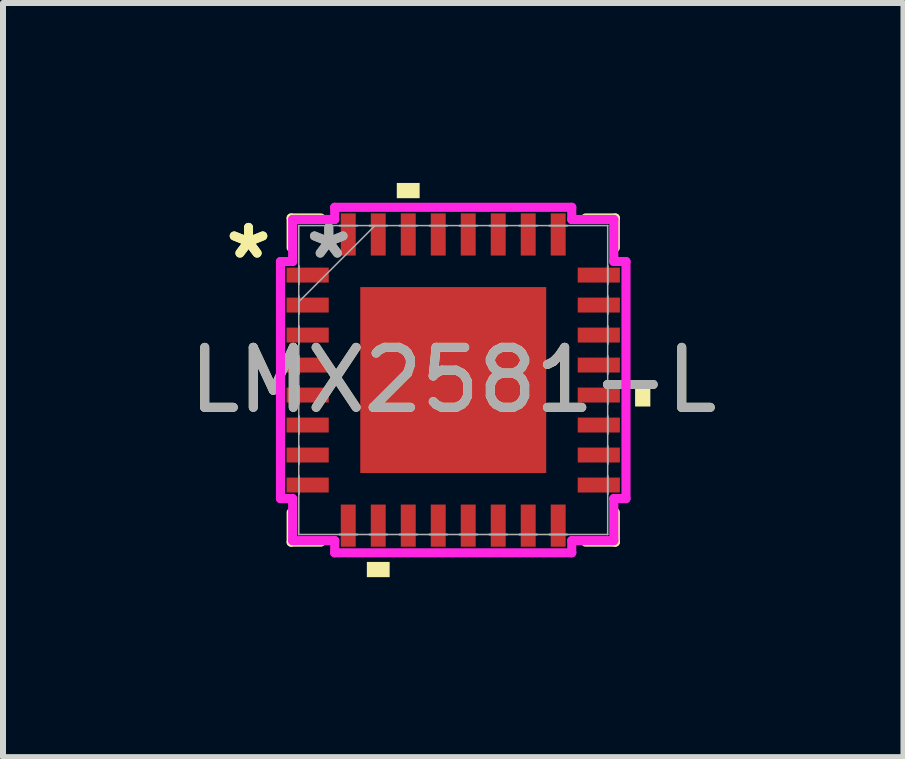
<source format=kicad_pcb>
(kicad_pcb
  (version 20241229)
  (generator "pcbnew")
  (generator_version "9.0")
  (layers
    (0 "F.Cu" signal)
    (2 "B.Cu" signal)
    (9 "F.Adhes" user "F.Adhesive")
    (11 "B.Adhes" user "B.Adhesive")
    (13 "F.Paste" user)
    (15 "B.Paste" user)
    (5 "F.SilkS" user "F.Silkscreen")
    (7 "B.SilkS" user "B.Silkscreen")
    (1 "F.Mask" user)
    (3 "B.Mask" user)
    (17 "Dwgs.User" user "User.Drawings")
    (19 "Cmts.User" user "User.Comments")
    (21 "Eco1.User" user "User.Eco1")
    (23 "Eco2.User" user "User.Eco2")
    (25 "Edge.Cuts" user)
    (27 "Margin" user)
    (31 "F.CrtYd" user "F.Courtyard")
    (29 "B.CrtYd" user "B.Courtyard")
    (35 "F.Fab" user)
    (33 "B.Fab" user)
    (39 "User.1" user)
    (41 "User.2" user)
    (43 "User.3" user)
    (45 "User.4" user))
  (footprint "LMX2581-L"
    (layer "F.Cu")
    (at 4.506 3.286)
    (property "Reference" "LMX2581-L" (at 0 0 0) (unlocked yes) (layer "F.SilkS") (effects (font (size 1 1) (thickness 0.15))))
    (attr smd)
    (fp_line (start -2.702 -2.702) (end -2.702 -2.207) (stroke (width 0.152) (type solid)) (layer "F.SilkS"))
    (fp_line (start -2.702 2.207) (end -2.702 2.702) (stroke (width 0.152) (type solid)) (layer "F.SilkS"))
    (fp_line (start -2.702 2.702) (end -2.207 2.702) (stroke (width 0.152) (type solid)) (layer "F.SilkS"))
    (fp_line (start -2.207 -2.702) (end -2.702 -2.702) (stroke (width 0.152) (type solid)) (layer "F.SilkS"))
    (fp_line (start 2.207 2.702) (end 2.702 2.702) (stroke (width 0.152) (type solid)) (layer "F.SilkS"))
    (fp_line (start 2.702 -2.702) (end 2.207 -2.702) (stroke (width 0.152) (type solid)) (layer "F.SilkS"))
    (fp_line (start 2.702 -2.207) (end 2.702 -2.702) (stroke (width 0.152) (type solid)) (layer "F.SilkS"))
    (fp_line (start 2.702 2.702) (end 2.702 2.207) (stroke (width 0.152) (type solid)) (layer "F.SilkS"))
    (fp_poly (pts (xy -1.44 3.032) (xy -1.44 3.286) (xy -1.06 3.286) (xy -1.06 3.032)) (stroke (width 0) (type solid)) (fill yes) (layer "F.SilkS"))
    (fp_poly (pts (xy -0.941 -3.032) (xy -0.941 -3.286) (xy -0.56 -3.286) (xy -0.56 -3.032)) (stroke (width 0) (type solid)) (fill yes) (layer "F.SilkS"))
    (fp_poly (pts (xy 3.286 0.059) (xy 3.286 0.441) (xy 3.032 0.441) (xy 3.032 0.059)) (stroke (width 0) (type solid)) (fill yes) (layer "F.SilkS"))
    (fp_poly (pts (xy -1.45 -1.45) (xy -1.45 -0.1) (xy -0.1 -0.1) (xy -0.1 -1.45)) (stroke (width 0) (type solid)) (fill yes) (layer "F.Paste"))
    (fp_poly (pts (xy -1.45 0.1) (xy -1.45 1.45) (xy -0.1 1.45) (xy -0.1 0.1)) (stroke (width 0) (type solid)) (fill yes) (layer "F.Paste"))
    (fp_poly (pts (xy 0.1 -1.45) (xy 0.1 -0.1) (xy 1.45 -0.1) (xy 1.45 -1.45)) (stroke (width 0) (type solid)) (fill yes) (layer "F.Paste"))
    (fp_poly (pts (xy 0.1 0.1) (xy 0.1 1.45) (xy 1.45 1.45) (xy 1.45 0.1)) (stroke (width 0) (type solid)) (fill yes) (layer "F.Paste"))
    (fp_line (start -2.88 -1.976) (end -2.677 -1.976) (stroke (width 0.152) (type solid)) (layer "F.CrtYd"))
    (fp_line (start -2.88 1.976) (end -2.88 -1.976) (stroke (width 0.152) (type solid)) (layer "F.CrtYd"))
    (fp_line (start -2.677 -2.677) (end -1.976 -2.677) (stroke (width 0.152) (type solid)) (layer "F.CrtYd"))
    (fp_line (start -2.677 -1.976) (end -2.677 -2.677) (stroke (width 0.152) (type solid)) (layer "F.CrtYd"))
    (fp_line (start -2.677 1.976) (end -2.88 1.976) (stroke (width 0.152) (type solid)) (layer "F.CrtYd"))
    (fp_line (start -2.677 2.677) (end -2.677 1.976) (stroke (width 0.152) (type solid)) (layer "F.CrtYd"))
    (fp_line (start -1.976 -2.88) (end 1.976 -2.88) (stroke (width 0.152) (type solid)) (layer "F.CrtYd"))
    (fp_line (start -1.976 -2.677) (end -1.976 -2.88) (stroke (width 0.152) (type solid)) (layer "F.CrtYd"))
    (fp_line (start -1.976 2.677) (end -2.677 2.677) (stroke (width 0.152) (type solid)) (layer "F.CrtYd"))
    (fp_line (start -1.976 2.88) (end -1.976 2.677) (stroke (width 0.152) (type solid)) (layer "F.CrtYd"))
    (fp_line (start 1.976 -2.88) (end 1.976 -2.677) (stroke (width 0.152) (type solid)) (layer "F.CrtYd"))
    (fp_line (start 1.976 -2.677) (end 2.677 -2.677) (stroke (width 0.152) (type solid)) (layer "F.CrtYd"))
    (fp_line (start 1.976 2.677) (end 1.976 2.88) (stroke (width 0.152) (type solid)) (layer "F.CrtYd"))
    (fp_line (start 1.976 2.88) (end -1.976 2.88) (stroke (width 0.152) (type solid)) (layer "F.CrtYd"))
    (fp_line (start 2.677 -2.677) (end 2.677 -1.976) (stroke (width 0.152) (type solid)) (layer "F.CrtYd"))
    (fp_line (start 2.677 -1.976) (end 2.88 -1.976) (stroke (width 0.152) (type solid)) (layer "F.CrtYd"))
    (fp_line (start 2.677 1.976) (end 2.677 2.677) (stroke (width 0.152) (type solid)) (layer "F.CrtYd"))
    (fp_line (start 2.677 2.677) (end 1.976 2.677) (stroke (width 0.152) (type solid)) (layer "F.CrtYd"))
    (fp_line (start 2.88 -1.976) (end 2.88 1.976) (stroke (width 0.152) (type solid)) (layer "F.CrtYd"))
    (fp_line (start 2.88 1.976) (end 2.677 1.976) (stroke (width 0.152) (type solid)) (layer "F.CrtYd"))
    (fp_line (start -2.575 -2.575) (end -2.575 -2.575) (stroke (width 0.025) (type solid)) (layer "F.Fab"))
    (fp_line (start -2.575 -2.575) (end -2.575 2.575) (stroke (width 0.025) (type solid)) (layer "F.Fab"))
    (fp_line (start -2.575 -1.9) (end -2.575 -1.9) (stroke (width 0.025) (type solid)) (layer "F.Fab"))
    (fp_line (start -2.575 -1.9) (end -2.575 -1.6) (stroke (width 0.025) (type solid)) (layer "F.Fab"))
    (fp_line (start -2.575 -1.6) (end -2.575 -1.9) (stroke (width 0.025) (type solid)) (layer "F.Fab"))
    (fp_line (start -2.575 -1.6) (end -2.575 -1.6) (stroke (width 0.025) (type solid)) (layer "F.Fab"))
    (fp_line (start -2.575 -1.4) (end -2.575 -1.4) (stroke (width 0.025) (type solid)) (layer "F.Fab"))
    (fp_line (start -2.575 -1.4) (end -2.575 -1.1) (stroke (width 0.025) (type solid)) (layer "F.Fab"))
    (fp_line (start -2.575 -1.305) (end -1.305 -2.575) (stroke (width 0.025) (type solid)) (layer "F.Fab"))
    (fp_line (start -2.575 -1.1) (end -2.575 -1.4) (stroke (width 0.025) (type solid)) (layer "F.Fab"))
    (fp_line (start -2.575 -1.1) (end -2.575 -1.1) (stroke (width 0.025) (type solid)) (layer "F.Fab"))
    (fp_line (start -2.575 -0.9) (end -2.575 -0.9) (stroke (width 0.025) (type solid)) (layer "F.Fab"))
    (fp_line (start -2.575 -0.9) (end -2.575 -0.6) (stroke (width 0.025) (type solid)) (layer "F.Fab"))
    (fp_line (start -2.575 -0.6) (end -2.575 -0.9) (stroke (width 0.025) (type solid)) (layer "F.Fab"))
    (fp_line (start -2.575 -0.6) (end -2.575 -0.6) (stroke (width 0.025) (type solid)) (layer "F.Fab"))
    (fp_line (start -2.575 -0.4) (end -2.575 -0.4) (stroke (width 0.025) (type solid)) (layer "F.Fab"))
    (fp_line (start -2.575 -0.4) (end -2.575 -0.1) (stroke (width 0.025) (type solid)) (layer "F.Fab"))
    (fp_line (start -2.575 -0.1) (end -2.575 -0.4) (stroke (width 0.025) (type solid)) (layer "F.Fab"))
    (fp_line (start -2.575 -0.1) (end -2.575 -0.1) (stroke (width 0.025) (type solid)) (layer "F.Fab"))
    (fp_line (start -2.575 0.1) (end -2.575 0.1) (stroke (width 0.025) (type solid)) (layer "F.Fab"))
    (fp_line (start -2.575 0.1) (end -2.575 0.4) (stroke (width 0.025) (type solid)) (layer "F.Fab"))
    (fp_line (start -2.575 0.4) (end -2.575 0.1) (stroke (width 0.025) (type solid)) (layer "F.Fab"))
    (fp_line (start -2.575 0.4) (end -2.575 0.4) (stroke (width 0.025) (type solid)) (layer "F.Fab"))
    (fp_line (start -2.575 0.6) (end -2.575 0.6) (stroke (width 0.025) (type solid)) (layer "F.Fab"))
    (fp_line (start -2.575 0.6) (end -2.575 0.9) (stroke (width 0.025) (type solid)) (layer "F.Fab"))
    (fp_line (start -2.575 0.9) (end -2.575 0.6) (stroke (width 0.025) (type solid)) (layer "F.Fab"))
    (fp_line (start -2.575 0.9) (end -2.575 0.9) (stroke (width 0.025) (type solid)) (layer "F.Fab"))
    (fp_line (start -2.575 1.1) (end -2.575 1.1) (stroke (width 0.025) (type solid)) (layer "F.Fab"))
    (fp_line (start -2.575 1.1) (end -2.575 1.4) (stroke (width 0.025) (type solid)) (layer "F.Fab"))
    (fp_line (start -2.575 1.4) (end -2.575 1.1) (stroke (width 0.025) (type solid)) (layer "F.Fab"))
    (fp_line (start -2.575 1.4) (end -2.575 1.4) (stroke (width 0.025) (type solid)) (layer "F.Fab"))
    (fp_line (start -2.575 1.6) (end -2.575 1.6) (stroke (width 0.025) (type solid)) (layer "F.Fab"))
    (fp_line (start -2.575 1.6) (end -2.575 1.9) (stroke (width 0.025) (type solid)) (layer "F.Fab"))
    (fp_line (start -2.575 1.9) (end -2.575 1.6) (stroke (width 0.025) (type solid)) (layer "F.Fab"))
    (fp_line (start -2.575 1.9) (end -2.575 1.9) (stroke (width 0.025) (type solid)) (layer "F.Fab"))
    (fp_line (start -2.575 2.575) (end -2.575 2.575) (stroke (width 0.025) (type solid)) (layer "F.Fab"))
    (fp_line (start -2.575 2.575) (end 2.575 2.575) (stroke (width 0.025) (type solid)) (layer "F.Fab"))
    (fp_line (start -1.9 -2.575) (end -1.9 -2.575) (stroke (width 0.025) (type solid)) (layer "F.Fab"))
    (fp_line (start -1.9 -2.575) (end -1.6 -2.575) (stroke (width 0.025) (type solid)) (layer "F.Fab"))
    (fp_line (start -1.9 2.575) (end -1.9 2.575) (stroke (width 0.025) (type solid)) (layer "F.Fab"))
    (fp_line (start -1.9 2.575) (end -1.6 2.575) (stroke (width 0.025) (type solid)) (layer "F.Fab"))
    (fp_line (start -1.6 -2.575) (end -1.9 -2.575) (stroke (width 0.025) (type solid)) (layer "F.Fab"))
    (fp_line (start -1.6 -2.575) (end -1.6 -2.575) (stroke (width 0.025) (type solid)) (layer "F.Fab"))
    (fp_line (start -1.6 2.575) (end -1.9 2.575) (stroke (width 0.025) (type solid)) (layer "F.Fab"))
    (fp_line (start -1.6 2.575) (end -1.6 2.575) (stroke (width 0.025) (type solid)) (layer "F.Fab"))
    (fp_line (start -1.4 -2.575) (end -1.4 -2.575) (stroke (width 0.025) (type solid)) (layer "F.Fab"))
    (fp_line (start -1.4 -2.575) (end -1.1 -2.575) (stroke (width 0.025) (type solid)) (layer "F.Fab"))
    (fp_line (start -1.4 2.575) (end -1.4 2.575) (stroke (width 0.025) (type solid)) (layer "F.Fab"))
    (fp_line (start -1.4 2.575) (end -1.1 2.575) (stroke (width 0.025) (type solid)) (layer "F.Fab"))
    (fp_line (start -1.1 -2.575) (end -1.4 -2.575) (stroke (width 0.025) (type solid)) (layer "F.Fab"))
    (fp_line (start -1.1 -2.575) (end -1.1 -2.575) (stroke (width 0.025) (type solid)) (layer "F.Fab"))
    (fp_line (start -1.1 2.575) (end -1.4 2.575) (stroke (width 0.025) (type solid)) (layer "F.Fab"))
    (fp_line (start -1.1 2.575) (end -1.1 2.575) (stroke (width 0.025) (type solid)) (layer "F.Fab"))
    (fp_line (start -0.9 -2.575) (end -0.9 -2.575) (stroke (width 0.025) (type solid)) (layer "F.Fab"))
    (fp_line (start -0.9 -2.575) (end -0.6 -2.575) (stroke (width 0.025) (type solid)) (layer "F.Fab"))
    (fp_line (start -0.9 2.575) (end -0.9 2.575) (stroke (width 0.025) (type solid)) (layer "F.Fab"))
    (fp_line (start -0.9 2.575) (end -0.6 2.575) (stroke (width 0.025) (type solid)) (layer "F.Fab"))
    (fp_line (start -0.6 -2.575) (end -0.9 -2.575) (stroke (width 0.025) (type solid)) (layer "F.Fab"))
    (fp_line (start -0.6 -2.575) (end -0.6 -2.575) (stroke (width 0.025) (type solid)) (layer "F.Fab"))
    (fp_line (start -0.6 2.575) (end -0.9 2.575) (stroke (width 0.025) (type solid)) (layer "F.Fab"))
    (fp_line (start -0.6 2.575) (end -0.6 2.575) (stroke (width 0.025) (type solid)) (layer "F.Fab"))
    (fp_line (start -0.4 -2.575) (end -0.4 -2.575) (stroke (width 0.025) (type solid)) (layer "F.Fab"))
    (fp_line (start -0.4 -2.575) (end -0.1 -2.575) (stroke (width 0.025) (type solid)) (layer "F.Fab"))
    (fp_line (start -0.4 2.575) (end -0.4 2.575) (stroke (width 0.025) (type solid)) (layer "F.Fab"))
    (fp_line (start -0.4 2.575) (end -0.1 2.575) (stroke (width 0.025) (type solid)) (layer "F.Fab"))
    (fp_line (start -0.1 -2.575) (end -0.4 -2.575) (stroke (width 0.025) (type solid)) (layer "F.Fab"))
    (fp_line (start -0.1 -2.575) (end -0.1 -2.575) (stroke (width 0.025) (type solid)) (layer "F.Fab"))
    (fp_line (start -0.1 2.575) (end -0.4 2.575) (stroke (width 0.025) (type solid)) (layer "F.Fab"))
    (fp_line (start -0.1 2.575) (end -0.1 2.575) (stroke (width 0.025) (type solid)) (layer "F.Fab"))
    (fp_line (start 0.1 -2.575) (end 0.1 -2.575) (stroke (width 0.025) (type solid)) (layer "F.Fab"))
    (fp_line (start 0.1 -2.575) (end 0.4 -2.575) (stroke (width 0.025) (type solid)) (layer "F.Fab"))
    (fp_line (start 0.1 2.575) (end 0.1 2.575) (stroke (width 0.025) (type solid)) (layer "F.Fab"))
    (fp_line (start 0.1 2.575) (end 0.4 2.575) (stroke (width 0.025) (type solid)) (layer "F.Fab"))
    (fp_line (start 0.4 -2.575) (end 0.1 -2.575) (stroke (width 0.025) (type solid)) (layer "F.Fab"))
    (fp_line (start 0.4 -2.575) (end 0.4 -2.575) (stroke (width 0.025) (type solid)) (layer "F.Fab"))
    (fp_line (start 0.4 2.575) (end 0.1 2.575) (stroke (width 0.025) (type solid)) (layer "F.Fab"))
    (fp_line (start 0.4 2.575) (end 0.4 2.575) (stroke (width 0.025) (type solid)) (layer "F.Fab"))
    (fp_line (start 0.6 -2.575) (end 0.6 -2.575) (stroke (width 0.025) (type solid)) (layer "F.Fab"))
    (fp_line (start 0.6 -2.575) (end 0.9 -2.575) (stroke (width 0.025) (type solid)) (layer "F.Fab"))
    (fp_line (start 0.6 2.575) (end 0.6 2.575) (stroke (width 0.025) (type solid)) (layer "F.Fab"))
    (fp_line (start 0.6 2.575) (end 0.9 2.575) (stroke (width 0.025) (type solid)) (layer "F.Fab"))
    (fp_line (start 0.9 -2.575) (end 0.6 -2.575) (stroke (width 0.025) (type solid)) (layer "F.Fab"))
    (fp_line (start 0.9 -2.575) (end 0.9 -2.575) (stroke (width 0.025) (type solid)) (layer "F.Fab"))
    (fp_line (start 0.9 2.575) (end 0.6 2.575) (stroke (width 0.025) (type solid)) (layer "F.Fab"))
    (fp_line (start 0.9 2.575) (end 0.9 2.575) (stroke (width 0.025) (type solid)) (layer "F.Fab"))
    (fp_line (start 1.1 -2.575) (end 1.1 -2.575) (stroke (width 0.025) (type solid)) (layer "F.Fab"))
    (fp_line (start 1.1 -2.575) (end 1.4 -2.575) (stroke (width 0.025) (type solid)) (layer "F.Fab"))
    (fp_line (start 1.1 2.575) (end 1.1 2.575) (stroke (width 0.025) (type solid)) (layer "F.Fab"))
    (fp_line (start 1.1 2.575) (end 1.4 2.575) (stroke (width 0.025) (type solid)) (layer "F.Fab"))
    (fp_line (start 1.4 -2.575) (end 1.1 -2.575) (stroke (width 0.025) (type solid)) (layer "F.Fab"))
    (fp_line (start 1.4 -2.575) (end 1.4 -2.575) (stroke (width 0.025) (type solid)) (layer "F.Fab"))
    (fp_line (start 1.4 2.575) (end 1.1 2.575) (stroke (width 0.025) (type solid)) (layer "F.Fab"))
    (fp_line (start 1.4 2.575) (end 1.4 2.575) (stroke (width 0.025) (type solid)) (layer "F.Fab"))
    (fp_line (start 1.6 -2.575) (end 1.6 -2.575) (stroke (width 0.025) (type solid)) (layer "F.Fab"))
    (fp_line (start 1.6 -2.575) (end 1.9 -2.575) (stroke (width 0.025) (type solid)) (layer "F.Fab"))
    (fp_line (start 1.6 2.575) (end 1.6 2.575) (stroke (width 0.025) (type solid)) (layer "F.Fab"))
    (fp_line (start 1.6 2.575) (end 1.9 2.575) (stroke (width 0.025) (type solid)) (layer "F.Fab"))
    (fp_line (start 1.9 -2.575) (end 1.6 -2.575) (stroke (width 0.025) (type solid)) (layer "F.Fab"))
    (fp_line (start 1.9 -2.575) (end 1.9 -2.575) (stroke (width 0.025) (type solid)) (layer "F.Fab"))
    (fp_line (start 1.9 2.575) (end 1.6 2.575) (stroke (width 0.025) (type solid)) (layer "F.Fab"))
    (fp_line (start 1.9 2.575) (end 1.9 2.575) (stroke (width 0.025) (type solid)) (layer "F.Fab"))
    (fp_line (start 2.575 -2.575) (end -2.575 -2.575) (stroke (width 0.025) (type solid)) (layer "F.Fab"))
    (fp_line (start 2.575 -2.575) (end 2.575 -2.575) (stroke (width 0.025) (type solid)) (layer "F.Fab"))
    (fp_line (start 2.575 -1.9) (end 2.575 -1.9) (stroke (width 0.025) (type solid)) (layer "F.Fab"))
    (fp_line (start 2.575 -1.9) (end 2.575 -1.6) (stroke (width 0.025) (type solid)) (layer "F.Fab"))
    (fp_line (start 2.575 -1.6) (end 2.575 -1.9) (stroke (width 0.025) (type solid)) (layer "F.Fab"))
    (fp_line (start 2.575 -1.6) (end 2.575 -1.6) (stroke (width 0.025) (type solid)) (layer "F.Fab"))
    (fp_line (start 2.575 -1.4) (end 2.575 -1.4) (stroke (width 0.025) (type solid)) (layer "F.Fab"))
    (fp_line (start 2.575 -1.4) (end 2.575 -1.1) (stroke (width 0.025) (type solid)) (layer "F.Fab"))
    (fp_line (start 2.575 -1.1) (end 2.575 -1.4) (stroke (width 0.025) (type solid)) (layer "F.Fab"))
    (fp_line (start 2.575 -1.1) (end 2.575 -1.1) (stroke (width 0.025) (type solid)) (layer "F.Fab"))
    (fp_line (start 2.575 -0.9) (end 2.575 -0.9) (stroke (width 0.025) (type solid)) (layer "F.Fab"))
    (fp_line (start 2.575 -0.9) (end 2.575 -0.6) (stroke (width 0.025) (type solid)) (layer "F.Fab"))
    (fp_line (start 2.575 -0.6) (end 2.575 -0.9) (stroke (width 0.025) (type solid)) (layer "F.Fab"))
    (fp_line (start 2.575 -0.6) (end 2.575 -0.6) (stroke (width 0.025) (type solid)) (layer "F.Fab"))
    (fp_line (start 2.575 -0.4) (end 2.575 -0.4) (stroke (width 0.025) (type solid)) (layer "F.Fab"))
    (fp_line (start 2.575 -0.4) (end 2.575 -0.1) (stroke (width 0.025) (type solid)) (layer "F.Fab"))
    (fp_line (start 2.575 -0.1) (end 2.575 -0.4) (stroke (width 0.025) (type solid)) (layer "F.Fab"))
    (fp_line (start 2.575 -0.1) (end 2.575 -0.1) (stroke (width 0.025) (type solid)) (layer "F.Fab"))
    (fp_line (start 2.575 0.1) (end 2.575 0.1) (stroke (width 0.025) (type solid)) (layer "F.Fab"))
    (fp_line (start 2.575 0.1) (end 2.575 0.4) (stroke (width 0.025) (type solid)) (layer "F.Fab"))
    (fp_line (start 2.575 0.4) (end 2.575 0.1) (stroke (width 0.025) (type solid)) (layer "F.Fab"))
    (fp_line (start 2.575 0.4) (end 2.575 0.4) (stroke (width 0.025) (type solid)) (layer "F.Fab"))
    (fp_line (start 2.575 0.6) (end 2.575 0.6) (stroke (width 0.025) (type solid)) (layer "F.Fab"))
    (fp_line (start 2.575 0.6) (end 2.575 0.9) (stroke (width 0.025) (type solid)) (layer "F.Fab"))
    (fp_line (start 2.575 0.9) (end 2.575 0.6) (stroke (width 0.025) (type solid)) (layer "F.Fab"))
    (fp_line (start 2.575 0.9) (end 2.575 0.9) (stroke (width 0.025) (type solid)) (layer "F.Fab"))
    (fp_line (start 2.575 1.1) (end 2.575 1.1) (stroke (width 0.025) (type solid)) (layer "F.Fab"))
    (fp_line (start 2.575 1.1) (end 2.575 1.4) (stroke (width 0.025) (type solid)) (layer "F.Fab"))
    (fp_line (start 2.575 1.4) (end 2.575 1.1) (stroke (width 0.025) (type solid)) (layer "F.Fab"))
    (fp_line (start 2.575 1.4) (end 2.575 1.4) (stroke (width 0.025) (type solid)) (layer "F.Fab"))
    (fp_line (start 2.575 1.6) (end 2.575 1.6) (stroke (width 0.025) (type solid)) (layer "F.Fab"))
    (fp_line (start 2.575 1.6) (end 2.575 1.9) (stroke (width 0.025) (type solid)) (layer "F.Fab"))
    (fp_line (start 2.575 1.9) (end 2.575 1.6) (stroke (width 0.025) (type solid)) (layer "F.Fab"))
    (fp_line (start 2.575 1.9) (end 2.575 1.9) (stroke (width 0.025) (type solid)) (layer "F.Fab"))
    (fp_line (start 2.575 2.575) (end 2.575 -2.575) (stroke (width 0.025) (type solid)) (layer "F.Fab"))
    (fp_line (start 2.575 2.575) (end 2.575 2.575) (stroke (width 0.025) (type solid)) (layer "F.Fab"))
    (fp_text user "*" (at -3.413 -2 0) (layer "F.SilkS") (effects (font (size 1 1) (thickness 0.15))))
    (fp_text user "*" (at -3.413 -2 0) (unlocked yes) (layer "F.SilkS") (effects (font (size 1 1) (thickness 0.15))))
    (fp_text user "${REFERENCE}" (at 0 0 0) (unlocked yes) (layer "F.Fab") (effects (font (size 1 1) (thickness 0.15))))
    (fp_text user "*" (at -2.075 -2 0) (layer "F.Fab") (effects (font (size 1 1) (thickness 0.15))))
    (fp_text user "*" (at -2.075 -2 0) (unlocked yes) (layer "F.Fab") (effects (font (size 1 1) (thickness 0.15))))
    (pad "1" smd rect (at -2.427 -1.75 90) (size 0.249 0.703) (layers "F.Cu" "F.Mask" "F.Paste"))
    (pad "2" smd rect (at -2.427 -1.25 90) (size 0.249 0.703) (layers "F.Cu" "F.Mask" "F.Paste"))
    (pad "3" smd rect (at -2.427 -0.75 90) (size 0.249 0.703) (layers "F.Cu" "F.Mask" "F.Paste"))
    (pad "4" smd rect (at -2.427 -0.25 90) (size 0.249 0.703) (layers "F.Cu" "F.Mask" "F.Paste"))
    (pad "5" smd rect (at -2.427 0.25 90) (size 0.249 0.703) (layers "F.Cu" "F.Mask" "F.Paste"))
    (pad "6" smd rect (at -2.427 0.75 90) (size 0.249 0.703) (layers "F.Cu" "F.Mask" "F.Paste"))
    (pad "7" smd rect (at -2.427 1.25 90) (size 0.249 0.703) (layers "F.Cu" "F.Mask" "F.Paste"))
    (pad "8" smd rect (at -2.427 1.75 90) (size 0.249 0.703) (layers "F.Cu" "F.Mask" "F.Paste"))
    (pad "9" smd rect (at -1.75 2.427) (size 0.249 0.703) (layers "F.Cu" "F.Mask" "F.Paste"))
    (pad "10" smd rect (at -1.25 2.427) (size 0.249 0.703) (layers "F.Cu" "F.Mask" "F.Paste"))
    (pad "11" smd rect (at -0.75 2.427) (size 0.249 0.703) (layers "F.Cu" "F.Mask" "F.Paste"))
    (pad "12" smd rect (at -0.25 2.427) (size 0.249 0.703) (layers "F.Cu" "F.Mask" "F.Paste"))
    (pad "13" smd rect (at 0.25 2.427) (size 0.249 0.703) (layers "F.Cu" "F.Mask" "F.Paste"))
    (pad "14" smd rect (at 0.75 2.427) (size 0.249 0.703) (layers "F.Cu" "F.Mask" "F.Paste"))
    (pad "15" smd rect (at 1.25 2.427) (size 0.249 0.703) (layers "F.Cu" "F.Mask" "F.Paste"))
    (pad "16" smd rect (at 1.75 2.427) (size 0.249 0.703) (layers "F.Cu" "F.Mask" "F.Paste"))
    (pad "17" smd rect (at 2.427 1.75 90) (size 0.249 0.703) (layers "F.Cu" "F.Mask" "F.Paste"))
    (pad "18" smd rect (at 2.427 1.25 90) (size 0.249 0.703) (layers "F.Cu" "F.Mask" "F.Paste"))
    (pad "19" smd rect (at 2.427 0.75 90) (size 0.249 0.703) (layers "F.Cu" "F.Mask" "F.Paste"))
    (pad "20" smd rect (at 2.427 0.25 90) (size 0.249 0.703) (layers "F.Cu" "F.Mask" "F.Paste"))
    (pad "21" smd rect (at 2.427 -0.25 90) (size 0.249 0.703) (layers "F.Cu" "F.Mask" "F.Paste"))
    (pad "22" smd rect (at 2.427 -0.75 90) (size 0.249 0.703) (layers "F.Cu" "F.Mask" "F.Paste"))
    (pad "23" smd rect (at 2.427 -1.25 90) (size 0.249 0.703) (layers "F.Cu" "F.Mask" "F.Paste"))
    (pad "24" smd rect (at 2.427 -1.75 90) (size 0.249 0.703) (layers "F.Cu" "F.Mask" "F.Paste"))
    (pad "25" smd rect (at 1.75 -2.427) (size 0.249 0.703) (layers "F.Cu" "F.Mask" "F.Paste"))
    (pad "26" smd rect (at 1.25 -2.427) (size 0.249 0.703) (layers "F.Cu" "F.Mask" "F.Paste"))
    (pad "27" smd rect (at 0.75 -2.427) (size 0.249 0.703) (layers "F.Cu" "F.Mask" "F.Paste"))
    (pad "28" smd rect (at 0.25 -2.427) (size 0.249 0.703) (layers "F.Cu" "F.Mask" "F.Paste"))
    (pad "29" smd rect (at -0.25 -2.427) (size 0.249 0.703) (layers "F.Cu" "F.Mask" "F.Paste"))
    (pad "30" smd rect (at -0.75 -2.427) (size 0.249 0.703) (layers "F.Cu" "F.Mask" "F.Paste"))
    (pad "31" smd rect (at -1.25 -2.427) (size 0.249 0.703) (layers "F.Cu" "F.Mask" "F.Paste"))
    (pad "32" smd rect (at -1.75 -2.427) (size 0.249 0.703) (layers "F.Cu" "F.Mask" "F.Paste"))
    (pad "33" smd rect (at 0 0) (size 3.1 3.1) (layers "F.Cu" "F.Mask" "F.Paste")))
  (gr_rect
    (start -3 -3)
    (end 12.012 9.572)
    (stroke (width 0.1) (type default))
    (fill no)
    (layer "Edge.Cuts")))
</source>
